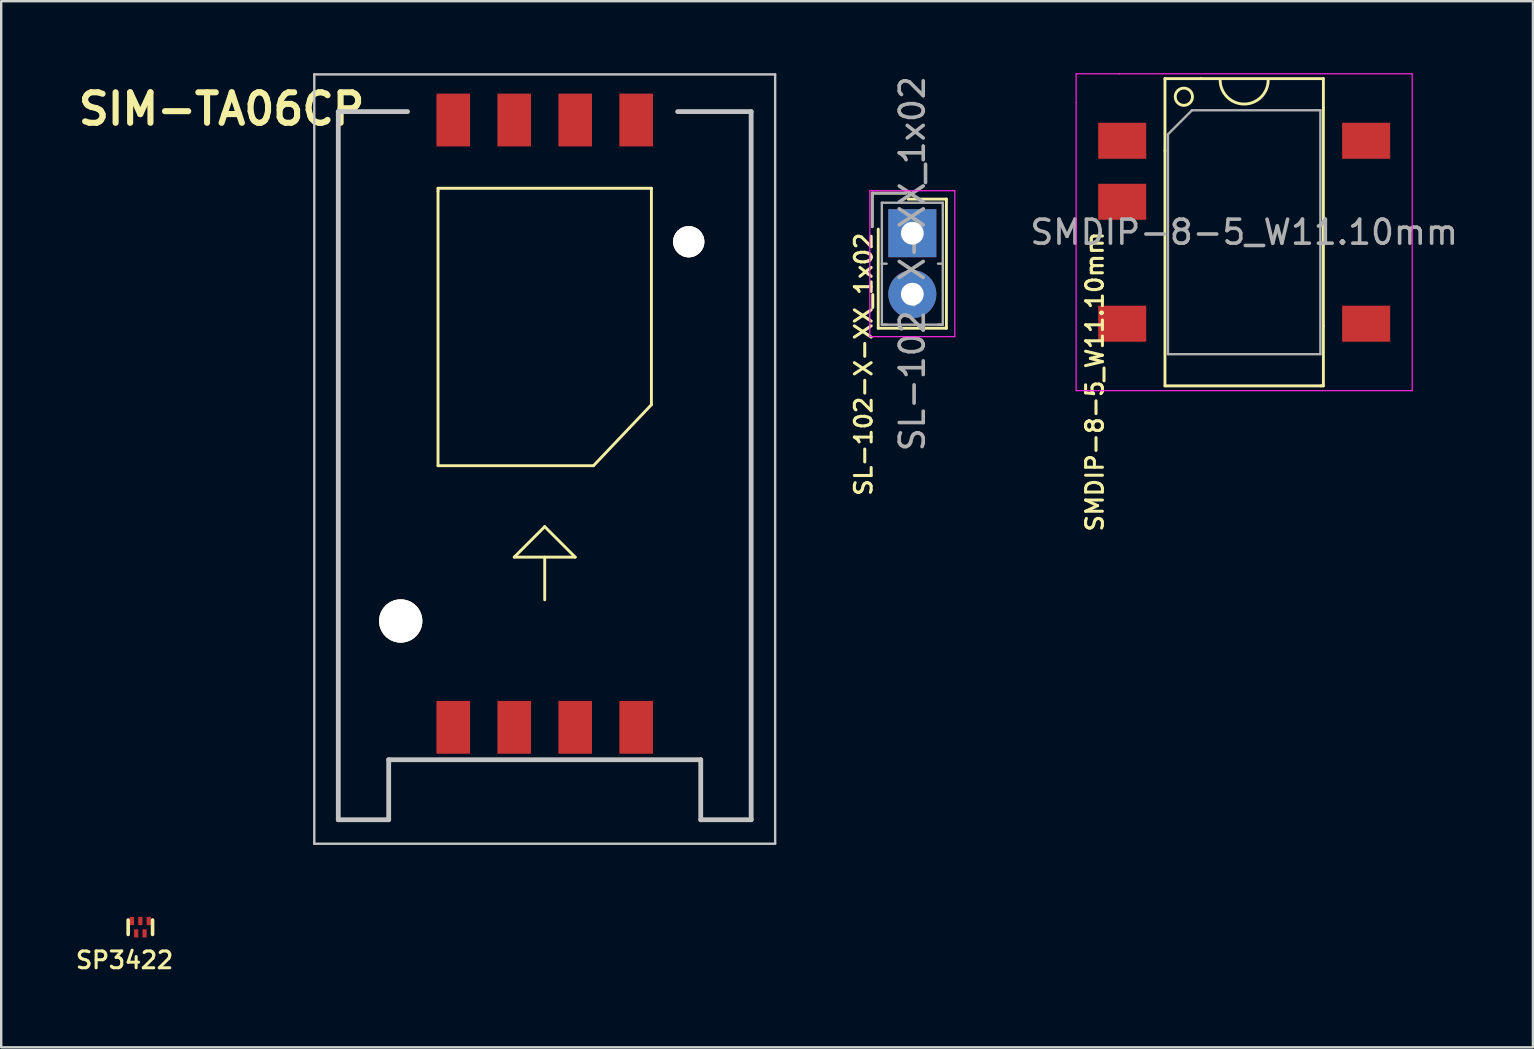
<source format=kicad_pcb>
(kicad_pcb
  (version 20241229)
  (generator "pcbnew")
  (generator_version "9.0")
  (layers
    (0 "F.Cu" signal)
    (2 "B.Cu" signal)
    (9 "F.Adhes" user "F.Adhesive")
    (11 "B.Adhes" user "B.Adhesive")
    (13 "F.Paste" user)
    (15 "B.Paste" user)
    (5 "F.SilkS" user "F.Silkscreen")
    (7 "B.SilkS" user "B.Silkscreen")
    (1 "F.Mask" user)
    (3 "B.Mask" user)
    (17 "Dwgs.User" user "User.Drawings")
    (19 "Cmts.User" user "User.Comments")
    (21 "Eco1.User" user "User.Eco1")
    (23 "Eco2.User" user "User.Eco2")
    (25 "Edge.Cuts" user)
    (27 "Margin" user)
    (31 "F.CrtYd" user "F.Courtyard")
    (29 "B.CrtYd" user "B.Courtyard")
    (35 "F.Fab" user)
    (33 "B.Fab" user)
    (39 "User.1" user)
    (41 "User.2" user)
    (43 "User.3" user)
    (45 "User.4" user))
  (footprint "SP3422"
    (layer "F.Cu")
    (at 2.798 35.578)
    (property "Reference" "SP3422" (at -0.66 1.372 0) (layer "F.SilkS") (effects (font (size 0.7 0.7) (thickness 0.127))))
    (attr through_hole)
    (fp_line (start -0.508 -0.3) (end -0.508 0.3) (stroke (width 0.15) (type solid)) (layer "F.SilkS"))
    (fp_line (start 0.508 -0.3) (end 0.508 0.3) (stroke (width 0.15) (type solid)) (layer "F.SilkS"))
    (pad "1" smd rect (at -0.35 -0.258) (size 0.175 0.34) (layers "F.Cu" "F.Mask" "F.Paste"))
    (pad "2" smd rect (at 0 -0.258) (size 0.175 0.34) (layers "F.Cu" "F.Mask" "F.Paste"))
    (pad "3" smd rect (at 0.35 -0.258) (size 0.175 0.34) (layers "F.Cu" "F.Mask" "F.Paste"))
    (pad "4" smd rect (at 0.175 0.258) (size 0.175 0.34) (layers "F.Cu" "F.Mask" "F.Paste"))
    (pad "5" smd rect (at -0.175 0.258) (size 0.175 0.34) (layers "F.Cu" "F.Mask" "F.Paste")))
  (footprint "SL-102-X-XX_1x02"
    (layer "F.Cu")
    (at 34.957 6.665)
    (property "Reference" "SL-102-X-XX_1x02" (at -2.032 5.461 90) (layer "F.SilkS") (effects (font (size 0.7 0.7) (thickness 0.127))))
    (attr through_hole)
    (fp_line (start -1.67 -1.67) (end -1.67 -0.27) (stroke (width 0.12) (type solid)) (layer "F.SilkS"))
    (fp_line (start -1.42 3.96) (end -1.42 -0.17) (stroke (width 0.12) (type solid)) (layer "F.SilkS"))
    (fp_line (start -0.27 -1.67) (end -1.67 -1.67) (stroke (width 0.12) (type solid)) (layer "F.SilkS"))
    (fp_line (start -0.17 -1.42) (end 1.42 -1.42) (stroke (width 0.12) (type solid)) (layer "F.SilkS"))
    (fp_line (start 1.42 -1.42) (end 1.42 3.96) (stroke (width 0.12) (type solid)) (layer "F.SilkS"))
    (fp_line (start 1.42 3.96) (end -1.42 3.96) (stroke (width 0.12) (type solid)) (layer "F.SilkS"))
    (fp_line (start -1.77 -1.77) (end -1.77 4.31) (stroke (width 0.05) (type solid)) (layer "F.CrtYd"))
    (fp_line (start -1.77 4.31) (end 1.77 4.31) (stroke (width 0.05) (type solid)) (layer "F.CrtYd"))
    (fp_line (start 1.77 -1.77) (end -1.77 -1.77) (stroke (width 0.05) (type solid)) (layer "F.CrtYd"))
    (fp_line (start 1.77 4.31) (end 1.77 -1.77) (stroke (width 0.05) (type solid)) (layer "F.CrtYd"))
    (fp_line (start -1.67 -1.67) (end -1.67 -0.27) (stroke (width 0.1) (type solid)) (layer "F.Fab"))
    (fp_line (start -1.27 -1.27) (end -1.27 3.81) (stroke (width 0.1) (type solid)) (layer "F.Fab"))
    (fp_line (start -1.27 1.27) (end -1.07 1.27) (stroke (width 0.1) (type solid)) (layer "F.Fab"))
    (fp_line (start -1.27 3.81) (end -1.07 3.81) (stroke (width 0.1) (type solid)) (layer "F.Fab"))
    (fp_line (start -1.27 3.81) (end 1.27 3.81) (stroke (width 0.1) (type solid)) (layer "F.Fab"))
    (fp_line (start -0.27 -1.67) (end -1.67 -1.67) (stroke (width 0.1) (type solid)) (layer "F.Fab"))
    (fp_line (start 1.27 -1.27) (end -1.27 -1.27) (stroke (width 0.1) (type solid)) (layer "F.Fab"))
    (fp_line (start 1.27 1.27) (end 1.07 1.27) (stroke (width 0.1) (type solid)) (layer "F.Fab"))
    (fp_line (start 1.27 3.81) (end 1.07 3.81) (stroke (width 0.1) (type solid)) (layer "F.Fab"))
    (fp_line (start 1.27 3.81) (end 1.27 -1.27) (stroke (width 0.1) (type solid)) (layer "F.Fab"))
    (fp_text user "${REFERENCE}" (at 0 1.27 90) (layer "F.Fab") (effects (font (size 1 1) (thickness 0.15))))
    (pad "1" thru_hole rect (at 0 0) (size 2 2) (drill 0.95) (layers "*.Cu" "*.Mask"))
    (pad "2" thru_hole circle (at 0 2.54) (size 2 2) (drill 0.95) (layers "*.Cu" "*.Mask")))
  (footprint "SMDIP-8-5_W11.10mm"
    (layer "F.Cu")
    (at 48.782 6.625)
    (property "Reference" "SMDIP-8-5_W11.10mm" (at -6.223 6.223 90) (layer "F.SilkS") (effects (font (size 0.7 0.7) (thickness 0.127))))
    (attr smd)
    (fp_line (start -3.3 -6.4) (end -3.3 -3.4) (stroke (width 0.12) (type solid)) (layer "F.SilkS"))
    (fp_line (start -3.3 -3.4) (end -3.3 6.4) (stroke (width 0.12) (type solid)) (layer "F.SilkS"))
    (fp_line (start -3.3 6.4) (end 3.2 6.4) (stroke (width 0.12) (type solid)) (layer "F.SilkS"))
    (fp_line (start -1.8 -6.4) (end -3.3 -6.4) (stroke (width 0.12) (type solid)) (layer "F.SilkS"))
    (fp_line (start 3.2 6.4) (end 3.3 6.4) (stroke (width 0.12) (type solid)) (layer "F.SilkS"))
    (fp_line (start 3.3 -6.4) (end -1.8 -6.4) (stroke (width 0.12) (type solid)) (layer "F.SilkS"))
    (fp_line (start 3.3 -5.2) (end 3.3 -6.4) (stroke (width 0.12) (type solid)) (layer "F.SilkS"))
    (fp_line (start 3.3 3.9) (end 3.3 -5.2) (stroke (width 0.12) (type solid)) (layer "F.SilkS"))
    (fp_line (start 3.3 6.4) (end 3.3 3.9) (stroke (width 0.12) (type solid)) (layer "F.SilkS"))
    (fp_arc (start 1 -6.34) (mid 0 -5.34) (end -1 -6.34) (stroke (width 0.12) (type solid)) (layer "F.SilkS"))
    (fp_circle (center -2.513 -5.645) (end -2.259 -5.391) (stroke (width 0.12) (type solid)) (fill no) (layer "F.SilkS"))
    (fp_line (start -7 -6.6) (end -5.2 -6.6) (stroke (width 0.05) (type solid)) (layer "F.CrtYd"))
    (fp_line (start -7 -5.4) (end -7 -6.6) (stroke (width 0.05) (type solid)) (layer "F.CrtYd"))
    (fp_line (start -7 6.6) (end -7 -5.4) (stroke (width 0.05) (type solid)) (layer "F.CrtYd"))
    (fp_line (start -5.2 -6.6) (end 7 -6.6) (stroke (width 0.05) (type solid)) (layer "F.CrtYd"))
    (fp_line (start 7 -6.6) (end 7 6.6) (stroke (width 0.05) (type solid)) (layer "F.CrtYd"))
    (fp_line (start 7 6.6) (end -7 6.6) (stroke (width 0.05) (type solid)) (layer "F.CrtYd"))
    (fp_line (start -3.175 -4.08) (end -2.175 -5.08) (stroke (width 0.1) (type solid)) (layer "F.Fab"))
    (fp_line (start -3.175 5.08) (end -3.175 -4.08) (stroke (width 0.1) (type solid)) (layer "F.Fab"))
    (fp_line (start -2.175 -5.08) (end 3.175 -5.08) (stroke (width 0.1) (type solid)) (layer "F.Fab"))
    (fp_line (start 3.175 -5.08) (end 3.175 5.08) (stroke (width 0.1) (type solid)) (layer "F.Fab"))
    (fp_line (start 3.175 5.08) (end -3.175 5.08) (stroke (width 0.1) (type solid)) (layer "F.Fab"))
    (fp_text user "${REFERENCE}" (at 0 0 0) (layer "F.Fab") (effects (font (size 1 1) (thickness 0.15))))
    (pad "1" smd rect (at -5.08 -3.81) (size 2 1.5) (layers "F.Cu" "F.Mask" "F.Paste"))
    (pad "2" smd rect (at -5.08 -1.27) (size 2 1.5) (layers "F.Cu" "F.Mask" "F.Paste"))
    (pad "4" smd rect (at -5.08 3.81) (size 2 1.5) (layers "F.Cu" "F.Mask" "F.Paste"))
    (pad "5" smd rect (at 5.08 3.81) (size 2 1.5) (layers "F.Cu" "F.Mask" "F.Paste"))
    (pad "8" smd rect (at 5.08 -3.81) (size 2 1.5) (layers "F.Cu" "F.Mask" "F.Paste")))
  (footprint "SIM-TA06CP"
    (layer "F.Cu")
    (at 19.643 16.35)
    (property "Reference" "SIM-TA06CP" (at -13.462 -14.859 0) (layer "F.SilkS") (effects (font (size 1.27 1.27) (thickness 0.254))))
    (attr through_hole)
    (fp_line (start -8.6 -14.75) (end -8.6 14.75) (stroke (width 0.1) (type solid)) (layer "F.SilkS"))
    (fp_line (start -8.6 14.75) (end -6.5 14.75) (stroke (width 0.1) (type solid)) (layer "F.SilkS"))
    (fp_line (start -8.5 -14.75) (end -8.6 -14.75) (stroke (width 0.1) (type solid)) (layer "F.SilkS"))
    (fp_line (start -6.5 12.25) (end 6.5 12.25) (stroke (width 0.1) (type solid)) (layer "F.SilkS"))
    (fp_line (start -6.5 14.75) (end -6.5 12.25) (stroke (width 0.1) (type solid)) (layer "F.SilkS"))
    (fp_line (start -5.715 -14.75) (end -8.5 -14.75) (stroke (width 0.1) (type solid)) (layer "F.SilkS"))
    (fp_line (start -4.445 -11.557) (end -4.445 -11.43) (stroke (width 0.12) (type solid)) (layer "F.SilkS"))
    (fp_line (start -4.445 -11.43) (end -4.445 0) (stroke (width 0.12) (type solid)) (layer "F.SilkS"))
    (fp_line (start -4.445 0) (end 2.032 0) (stroke (width 0.12) (type solid)) (layer "F.SilkS"))
    (fp_line (start -1.27 3.81) (end 1.27 3.81) (stroke (width 0.12) (type solid)) (layer "F.SilkS"))
    (fp_line (start 0 2.54) (end -1.27 3.81) (stroke (width 0.12) (type solid)) (layer "F.SilkS"))
    (fp_line (start 0 5.588) (end 0 3.81) (stroke (width 0.12) (type solid)) (layer "F.SilkS"))
    (fp_line (start 1.27 3.81) (end 0 2.54) (stroke (width 0.12) (type solid)) (layer "F.SilkS"))
    (fp_line (start 4.445 -11.557) (end -4.445 -11.557) (stroke (width 0.12) (type solid)) (layer "F.SilkS"))
    (fp_line (start 4.445 -2.54) (end 2.032 0) (stroke (width 0.12) (type solid)) (layer "F.SilkS"))
    (fp_line (start 4.445 -2.54) (end 4.445 -11.557) (stroke (width 0.12) (type solid)) (layer "F.SilkS"))
    (fp_line (start 6.5 12.25) (end 6.5 14.75) (stroke (width 0.1) (type solid)) (layer "F.SilkS"))
    (fp_line (start 6.5 14.75) (end 8.6 14.75) (stroke (width 0.1) (type solid)) (layer "F.SilkS"))
    (fp_line (start 8.6 -14.75) (end 5.563 -14.75) (stroke (width 0.1) (type solid)) (layer "F.SilkS"))
    (fp_line (start 8.6 14.75) (end 8.6 -14.75) (stroke (width 0.1) (type solid)) (layer "F.SilkS"))
    (fp_line (start -9.6 -16.3) (end 9.6 -16.3) (stroke (width 0.1) (type solid)) (layer "Dwgs.User"))
    (fp_line (start -9.6 15.75) (end -9.6 -16.3) (stroke (width 0.1) (type solid)) (layer "Dwgs.User"))
    (fp_line (start -8.6 -14.75) (end -8.6 14.75) (stroke (width 0.2) (type solid)) (layer "Dwgs.User"))
    (fp_line (start -8.6 14.75) (end -6.5 14.75) (stroke (width 0.2) (type solid)) (layer "Dwgs.User"))
    (fp_line (start -6.5 12.25) (end 6.5 12.25) (stroke (width 0.2) (type solid)) (layer "Dwgs.User"))
    (fp_line (start -6.5 14.75) (end -6.5 12.25) (stroke (width 0.2) (type solid)) (layer "Dwgs.User"))
    (fp_line (start -5.715 -14.75) (end -8.6 -14.75) (stroke (width 0.2) (type solid)) (layer "Dwgs.User"))
    (fp_line (start 6.5 12.25) (end 6.5 14.75) (stroke (width 0.2) (type solid)) (layer "Dwgs.User"))
    (fp_line (start 6.5 14.75) (end 8.6 14.75) (stroke (width 0.2) (type solid)) (layer "Dwgs.User"))
    (fp_line (start 8.6 -14.75) (end 5.537 -14.75) (stroke (width 0.2) (type solid)) (layer "Dwgs.User"))
    (fp_line (start 8.6 14.75) (end 8.6 -14.75) (stroke (width 0.2) (type solid)) (layer "Dwgs.User"))
    (fp_line (start 9.6 -16.3) (end 9.6 15.75) (stroke (width 0.1) (type solid)) (layer "Dwgs.User"))
    (fp_line (start 9.6 15.75) (end -9.6 15.75) (stroke (width 0.1) (type solid)) (layer "Dwgs.User"))
    (pad "1" smd rect (at -3.81 -14.4) (size 1.4 2.2) (layers "F.Cu" "F.Mask" "F.Paste"))
    (pad "2" smd rect (at -1.27 -14.4) (size 1.4 2.2) (layers "F.Cu" "F.Mask" "F.Paste"))
    (pad "3" smd rect (at 1.27 -14.4) (size 1.4 2.2) (layers "F.Cu" "F.Mask" "F.Paste"))
    (pad "4" smd rect (at 3.81 -14.4) (size 1.4 2.2) (layers "F.Cu" "F.Mask" "F.Paste"))
    (pad "5" smd rect (at -3.81 10.9) (size 1.4 2.2) (layers "F.Cu" "F.Mask" "F.Paste"))
    (pad "6" smd rect (at -1.27 10.9) (size 1.4 2.2) (layers "F.Cu" "F.Mask" "F.Paste"))
    (pad "7" smd rect (at 1.27 10.9) (size 1.4 2.2) (layers "F.Cu" "F.Mask" "F.Paste"))
    (pad "8" smd rect (at 3.81 10.9) (size 1.4 2.2) (layers "F.Cu" "F.Mask" "F.Paste"))
    (pad "MH1" thru_hole circle (at 6 -9.33 90) (size 1.3 1.3) (drill 1.3) (layers "*.Cu" "*.Mask" "F.SilkS"))
    (pad "MH2" thru_hole circle (at -6 6.47 90) (size 1.8 1.8) (drill 1.8) (layers "*.Cu" "*.Mask" "F.SilkS")))
  (gr_rect
    (start -3 -3)
    (end 60.812 40.581)
    (stroke (width 0.1) (type default))
    (fill no)
    (layer "Edge.Cuts")))
</source>
